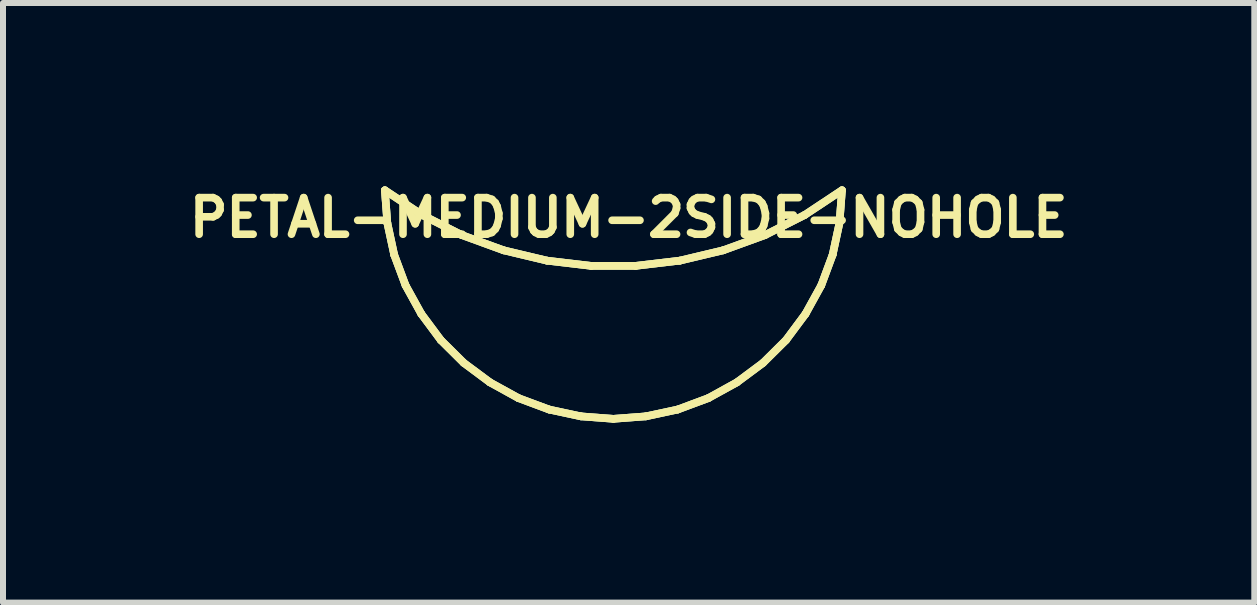
<source format=kicad_pcb>
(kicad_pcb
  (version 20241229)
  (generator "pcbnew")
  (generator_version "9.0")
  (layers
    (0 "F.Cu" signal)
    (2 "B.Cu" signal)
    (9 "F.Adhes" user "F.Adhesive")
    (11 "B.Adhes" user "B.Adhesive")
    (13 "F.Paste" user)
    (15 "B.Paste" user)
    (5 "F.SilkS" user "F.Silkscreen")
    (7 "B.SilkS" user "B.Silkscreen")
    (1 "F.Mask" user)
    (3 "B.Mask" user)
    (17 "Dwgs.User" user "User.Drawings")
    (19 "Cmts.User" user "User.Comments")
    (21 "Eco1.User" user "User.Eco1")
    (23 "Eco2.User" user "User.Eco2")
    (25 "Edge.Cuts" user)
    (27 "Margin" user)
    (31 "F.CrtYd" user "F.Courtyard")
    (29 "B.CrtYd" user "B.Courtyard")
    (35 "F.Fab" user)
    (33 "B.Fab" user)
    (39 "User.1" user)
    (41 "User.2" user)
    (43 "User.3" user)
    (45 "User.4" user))
  (footprint "PETAL-MEDIUM-2SIDE-NOHOLE"
    (layer "F.Cu")
    (at 7.176 2.662)
    (property "Reference" "PETAL-MEDIUM-2SIDE-NOHOLE" (at 0.254 -2.083 0) (layer "F.SilkS") (effects (font (size 0.61 0.61) (thickness 0.127))))
    (attr exclude_from_pos_files exclude_from_bom)
    (fp_line (start -3.81 -2.54) (end -3.769 -1.996) (stroke (width 0.127) (type solid)) (layer "B.Cu"))
    (fp_line (start -3.769 -1.996) (end -3.655 -1.466) (stroke (width 0.127) (type solid)) (layer "B.Cu"))
    (fp_line (start -3.655 -1.466) (end -3.465 -0.955) (stroke (width 0.127) (type solid)) (layer "B.Cu"))
    (fp_line (start -3.465 -0.955) (end -3.203 -0.48) (stroke (width 0.127) (type solid)) (layer "B.Cu"))
    (fp_line (start -3.203 -0.48) (end -2.878 -0.043) (stroke (width 0.127) (type solid)) (layer "B.Cu"))
    (fp_line (start -3.19 -2.129) (end -3.81 -2.54) (stroke (width 0.127) (type solid)) (layer "B.Cu"))
    (fp_line (start -2.878 -0.043) (end -2.494 0.338) (stroke (width 0.127) (type solid)) (layer "B.Cu"))
    (fp_line (start -2.527 -1.793) (end -3.19 -2.129) (stroke (width 0.127) (type solid)) (layer "B.Cu"))
    (fp_line (start -2.494 0.338) (end -2.057 0.663) (stroke (width 0.127) (type solid)) (layer "B.Cu"))
    (fp_line (start -2.057 0.663) (end -1.582 0.925) (stroke (width 0.127) (type solid)) (layer "B.Cu"))
    (fp_line (start -1.829 -1.539) (end -2.527 -1.793) (stroke (width 0.127) (type solid)) (layer "B.Cu"))
    (fp_line (start -1.582 0.925) (end -1.072 1.115) (stroke (width 0.127) (type solid)) (layer "B.Cu"))
    (fp_line (start -1.107 -1.367) (end -1.829 -1.539) (stroke (width 0.127) (type solid)) (layer "B.Cu"))
    (fp_line (start -1.072 1.115) (end -0.541 1.229) (stroke (width 0.127) (type solid)) (layer "B.Cu"))
    (fp_line (start -0.541 1.229) (end 0 1.27) (stroke (width 0.127) (type solid)) (layer "B.Cu"))
    (fp_line (start -0.371 -1.28) (end -1.107 -1.367) (stroke (width 0.127) (type solid)) (layer "B.Cu"))
    (fp_line (start 0 1.27) (end 0.541 1.229) (stroke (width 0.127) (type solid)) (layer "B.Cu"))
    (fp_line (start 0.371 -1.28) (end -0.371 -1.28) (stroke (width 0.127) (type solid)) (layer "B.Cu"))
    (fp_line (start 0.541 1.229) (end 1.072 1.115) (stroke (width 0.127) (type solid)) (layer "B.Cu"))
    (fp_line (start 1.072 1.115) (end 1.582 0.925) (stroke (width 0.127) (type solid)) (layer "B.Cu"))
    (fp_line (start 1.107 -1.367) (end 0.371 -1.28) (stroke (width 0.127) (type solid)) (layer "B.Cu"))
    (fp_line (start 1.582 0.925) (end 2.057 0.663) (stroke (width 0.127) (type solid)) (layer "B.Cu"))
    (fp_line (start 1.829 -1.539) (end 1.107 -1.367) (stroke (width 0.127) (type solid)) (layer "B.Cu"))
    (fp_line (start 2.057 0.663) (end 2.494 0.338) (stroke (width 0.127) (type solid)) (layer "B.Cu"))
    (fp_line (start 2.494 0.338) (end 2.878 -0.043) (stroke (width 0.127) (type solid)) (layer "B.Cu"))
    (fp_line (start 2.527 -1.793) (end 1.829 -1.539) (stroke (width 0.127) (type solid)) (layer "B.Cu"))
    (fp_line (start 2.878 -0.043) (end 3.203 -0.48) (stroke (width 0.127) (type solid)) (layer "B.Cu"))
    (fp_line (start 3.19 -2.129) (end 2.527 -1.793) (stroke (width 0.127) (type solid)) (layer "B.Cu"))
    (fp_line (start 3.203 -0.48) (end 3.465 -0.955) (stroke (width 0.127) (type solid)) (layer "B.Cu"))
    (fp_line (start 3.465 -0.955) (end 3.655 -1.466) (stroke (width 0.127) (type solid)) (layer "B.Cu"))
    (fp_line (start 3.655 -1.466) (end 3.769 -1.996) (stroke (width 0.127) (type solid)) (layer "B.Cu"))
    (fp_line (start 3.769 -1.996) (end 3.81 -2.54) (stroke (width 0.127) (type solid)) (layer "B.Cu"))
    (fp_line (start 3.81 -2.54) (end 3.19 -2.129) (stroke (width 0.127) (type solid)) (layer "B.Cu"))
    (fp_line (start -3.81 -2.54) (end -3.769 -1.996) (stroke (width 0.127) (type solid)) (layer "F.SilkS"))
    (fp_line (start -3.81 -2.54) (end -3.19 -2.129) (stroke (width 0.127) (type solid)) (layer "F.SilkS"))
    (fp_line (start -3.769 -1.996) (end -3.81 -2.54) (stroke (width 0.127) (type solid)) (layer "F.SilkS"))
    (fp_line (start -3.769 -1.996) (end -3.655 -1.466) (stroke (width 0.127) (type solid)) (layer "F.SilkS"))
    (fp_line (start -3.655 -1.466) (end -3.769 -1.996) (stroke (width 0.127) (type solid)) (layer "F.SilkS"))
    (fp_line (start -3.655 -1.466) (end -3.465 -0.955) (stroke (width 0.127) (type solid)) (layer "F.SilkS"))
    (fp_line (start -3.465 -0.955) (end -3.655 -1.466) (stroke (width 0.127) (type solid)) (layer "F.SilkS"))
    (fp_line (start -3.465 -0.955) (end -3.203 -0.48) (stroke (width 0.127) (type solid)) (layer "F.SilkS"))
    (fp_line (start -3.203 -0.48) (end -3.465 -0.955) (stroke (width 0.127) (type solid)) (layer "F.SilkS"))
    (fp_line (start -3.203 -0.48) (end -2.878 -0.043) (stroke (width 0.127) (type solid)) (layer "F.SilkS"))
    (fp_line (start -3.19 -2.129) (end -3.81 -2.54) (stroke (width 0.127) (type solid)) (layer "F.SilkS"))
    (fp_line (start -3.19 -2.129) (end -2.527 -1.793) (stroke (width 0.127) (type solid)) (layer "F.SilkS"))
    (fp_line (start -2.878 -0.043) (end -3.203 -0.48) (stroke (width 0.127) (type solid)) (layer "F.SilkS"))
    (fp_line (start -2.878 -0.043) (end -2.494 0.338) (stroke (width 0.127) (type solid)) (layer "F.SilkS"))
    (fp_line (start -2.527 -1.793) (end -3.19 -2.129) (stroke (width 0.127) (type solid)) (layer "F.SilkS"))
    (fp_line (start -2.527 -1.793) (end -1.829 -1.539) (stroke (width 0.127) (type solid)) (layer "F.SilkS"))
    (fp_line (start -2.494 0.338) (end -2.878 -0.043) (stroke (width 0.127) (type solid)) (layer "F.SilkS"))
    (fp_line (start -2.494 0.338) (end -2.057 0.663) (stroke (width 0.127) (type solid)) (layer "F.SilkS"))
    (fp_line (start -2.057 0.663) (end -2.494 0.338) (stroke (width 0.127) (type solid)) (layer "F.SilkS"))
    (fp_line (start -2.057 0.663) (end -1.582 0.925) (stroke (width 0.127) (type solid)) (layer "F.SilkS"))
    (fp_line (start -1.829 -1.539) (end -2.527 -1.793) (stroke (width 0.127) (type solid)) (layer "F.SilkS"))
    (fp_line (start -1.829 -1.539) (end -1.107 -1.367) (stroke (width 0.127) (type solid)) (layer "F.SilkS"))
    (fp_line (start -1.582 0.925) (end -2.057 0.663) (stroke (width 0.127) (type solid)) (layer "F.SilkS"))
    (fp_line (start -1.582 0.925) (end -1.072 1.115) (stroke (width 0.127) (type solid)) (layer "F.SilkS"))
    (fp_line (start -1.107 -1.367) (end -1.829 -1.539) (stroke (width 0.127) (type solid)) (layer "F.SilkS"))
    (fp_line (start -1.107 -1.367) (end -0.371 -1.28) (stroke (width 0.127) (type solid)) (layer "F.SilkS"))
    (fp_line (start -1.072 1.115) (end -1.582 0.925) (stroke (width 0.127) (type solid)) (layer "F.SilkS"))
    (fp_line (start -1.072 1.115) (end -0.541 1.229) (stroke (width 0.127) (type solid)) (layer "F.SilkS"))
    (fp_line (start -0.541 1.229) (end -1.072 1.115) (stroke (width 0.127) (type solid)) (layer "F.SilkS"))
    (fp_line (start -0.541 1.229) (end 0 1.27) (stroke (width 0.127) (type solid)) (layer "F.SilkS"))
    (fp_line (start -0.371 -1.28) (end -1.107 -1.367) (stroke (width 0.127) (type solid)) (layer "F.SilkS"))
    (fp_line (start -0.371 -1.28) (end 0.371 -1.28) (stroke (width 0.127) (type solid)) (layer "F.SilkS"))
    (fp_line (start 0 1.27) (end -0.541 1.229) (stroke (width 0.127) (type solid)) (layer "F.SilkS"))
    (fp_line (start 0 1.27) (end 0.541 1.229) (stroke (width 0.127) (type solid)) (layer "F.SilkS"))
    (fp_line (start 0.371 -1.28) (end -0.371 -1.28) (stroke (width 0.127) (type solid)) (layer "F.SilkS"))
    (fp_line (start 0.371 -1.28) (end 1.107 -1.367) (stroke (width 0.127) (type solid)) (layer "F.SilkS"))
    (fp_line (start 0.541 1.229) (end 0 1.27) (stroke (width 0.127) (type solid)) (layer "F.SilkS"))
    (fp_line (start 0.541 1.229) (end 1.072 1.115) (stroke (width 0.127) (type solid)) (layer "F.SilkS"))
    (fp_line (start 1.072 1.115) (end 0.541 1.229) (stroke (width 0.127) (type solid)) (layer "F.SilkS"))
    (fp_line (start 1.072 1.115) (end 1.582 0.925) (stroke (width 0.127) (type solid)) (layer "F.SilkS"))
    (fp_line (start 1.107 -1.367) (end 0.371 -1.28) (stroke (width 0.127) (type solid)) (layer "F.SilkS"))
    (fp_line (start 1.107 -1.367) (end 1.829 -1.539) (stroke (width 0.127) (type solid)) (layer "F.SilkS"))
    (fp_line (start 1.582 0.925) (end 1.072 1.115) (stroke (width 0.127) (type solid)) (layer "F.SilkS"))
    (fp_line (start 1.582 0.925) (end 2.057 0.663) (stroke (width 0.127) (type solid)) (layer "F.SilkS"))
    (fp_line (start 1.829 -1.539) (end 1.107 -1.367) (stroke (width 0.127) (type solid)) (layer "F.SilkS"))
    (fp_line (start 1.829 -1.539) (end 2.527 -1.793) (stroke (width 0.127) (type solid)) (layer "F.SilkS"))
    (fp_line (start 2.057 0.663) (end 1.582 0.925) (stroke (width 0.127) (type solid)) (layer "F.SilkS"))
    (fp_line (start 2.057 0.663) (end 2.494 0.338) (stroke (width 0.127) (type solid)) (layer "F.SilkS"))
    (fp_line (start 2.494 0.338) (end 2.057 0.663) (stroke (width 0.127) (type solid)) (layer "F.SilkS"))
    (fp_line (start 2.494 0.338) (end 2.878 -0.043) (stroke (width 0.127) (type solid)) (layer "F.SilkS"))
    (fp_line (start 2.527 -1.793) (end 1.829 -1.539) (stroke (width 0.127) (type solid)) (layer "F.SilkS"))
    (fp_line (start 2.527 -1.793) (end 3.19 -2.129) (stroke (width 0.127) (type solid)) (layer "F.SilkS"))
    (fp_line (start 2.878 -0.043) (end 2.494 0.338) (stroke (width 0.127) (type solid)) (layer "F.SilkS"))
    (fp_line (start 2.878 -0.043) (end 3.203 -0.48) (stroke (width 0.127) (type solid)) (layer "F.SilkS"))
    (fp_line (start 3.19 -2.129) (end 2.527 -1.793) (stroke (width 0.127) (type solid)) (layer "F.SilkS"))
    (fp_line (start 3.19 -2.129) (end 3.81 -2.54) (stroke (width 0.127) (type solid)) (layer "F.SilkS"))
    (fp_line (start 3.203 -0.48) (end 2.878 -0.043) (stroke (width 0.127) (type solid)) (layer "F.SilkS"))
    (fp_line (start 3.203 -0.48) (end 3.465 -0.955) (stroke (width 0.127) (type solid)) (layer "F.SilkS"))
    (fp_line (start 3.465 -0.955) (end 3.203 -0.48) (stroke (width 0.127) (type solid)) (layer "F.SilkS"))
    (fp_line (start 3.465 -0.955) (end 3.655 -1.466) (stroke (width 0.127) (type solid)) (layer "F.SilkS"))
    (fp_line (start 3.655 -1.466) (end 3.465 -0.955) (stroke (width 0.127) (type solid)) (layer "F.SilkS"))
    (fp_line (start 3.655 -1.466) (end 3.769 -1.996) (stroke (width 0.127) (type solid)) (layer "F.SilkS"))
    (fp_line (start 3.769 -1.996) (end 3.655 -1.466) (stroke (width 0.127) (type solid)) (layer "F.SilkS"))
    (fp_line (start 3.769 -1.996) (end 3.81 -2.54) (stroke (width 0.127) (type solid)) (layer "F.SilkS"))
    (fp_line (start 3.81 -2.54) (end 3.19 -2.129) (stroke (width 0.127) (type solid)) (layer "F.SilkS"))
    (fp_line (start 3.81 -2.54) (end 3.769 -1.996) (stroke (width 0.127) (type solid)) (layer "F.SilkS"))
    (fp_line (start -3.81 -2.54) (end -3.19 -2.129) (stroke (width 0.127) (type solid)) (layer "B.Adhes"))
    (fp_line (start -3.769 -1.996) (end -3.81 -2.54) (stroke (width 0.127) (type solid)) (layer "B.Adhes"))
    (fp_line (start -3.655 -1.466) (end -3.769 -1.996) (stroke (width 0.127) (type solid)) (layer "B.Adhes"))
    (fp_line (start -3.465 -0.955) (end -3.655 -1.466) (stroke (width 0.127) (type solid)) (layer "B.Adhes"))
    (fp_line (start -3.203 -0.48) (end -3.465 -0.955) (stroke (width 0.127) (type solid)) (layer "B.Adhes"))
    (fp_line (start -3.19 -2.129) (end -2.527 -1.793) (stroke (width 0.127) (type solid)) (layer "B.Adhes"))
    (fp_line (start -2.878 -0.043) (end -3.203 -0.48) (stroke (width 0.127) (type solid)) (layer "B.Adhes"))
    (fp_line (start -2.527 -1.793) (end -1.829 -1.539) (stroke (width 0.127) (type solid)) (layer "B.Adhes"))
    (fp_line (start -2.494 0.338) (end -2.878 -0.043) (stroke (width 0.127) (type solid)) (layer "B.Adhes"))
    (fp_line (start -2.057 0.663) (end -2.494 0.338) (stroke (width 0.127) (type solid)) (layer "B.Adhes"))
    (fp_line (start -1.829 -1.539) (end -1.107 -1.367) (stroke (width 0.127) (type solid)) (layer "B.Adhes"))
    (fp_line (start -1.582 0.925) (end -2.057 0.663) (stroke (width 0.127) (type solid)) (layer "B.Adhes"))
    (fp_line (start -1.107 -1.367) (end -0.371 -1.28) (stroke (width 0.127) (type solid)) (layer "B.Adhes"))
    (fp_line (start -1.072 1.115) (end -1.582 0.925) (stroke (width 0.127) (type solid)) (layer "B.Adhes"))
    (fp_line (start -0.541 1.229) (end -1.072 1.115) (stroke (width 0.127) (type solid)) (layer "B.Adhes"))
    (fp_line (start -0.371 -1.28) (end 0.371 -1.28) (stroke (width 0.127) (type solid)) (layer "B.Adhes"))
    (fp_line (start 0 1.27) (end -0.541 1.229) (stroke (width 0.127) (type solid)) (layer "B.Adhes"))
    (fp_line (start 0.371 -1.28) (end 1.107 -1.367) (stroke (width 0.127) (type solid)) (layer "B.Adhes"))
    (fp_line (start 0.541 1.229) (end 0 1.27) (stroke (width 0.127) (type solid)) (layer "B.Adhes"))
    (fp_line (start 1.072 1.115) (end 0.541 1.229) (stroke (width 0.127) (type solid)) (layer "B.Adhes"))
    (fp_line (start 1.107 -1.367) (end 1.829 -1.539) (stroke (width 0.127) (type solid)) (layer "B.Adhes"))
    (fp_line (start 1.582 0.925) (end 1.072 1.115) (stroke (width 0.127) (type solid)) (layer "B.Adhes"))
    (fp_line (start 1.829 -1.539) (end 2.527 -1.793) (stroke (width 0.127) (type solid)) (layer "B.Adhes"))
    (fp_line (start 2.057 0.663) (end 1.582 0.925) (stroke (width 0.127) (type solid)) (layer "B.Adhes"))
    (fp_line (start 2.494 0.338) (end 2.057 0.663) (stroke (width 0.127) (type solid)) (layer "B.Adhes"))
    (fp_line (start 2.527 -1.793) (end 3.19 -2.129) (stroke (width 0.127) (type solid)) (layer "B.Adhes"))
    (fp_line (start 2.878 -0.043) (end 2.494 0.338) (stroke (width 0.127) (type solid)) (layer "B.Adhes"))
    (fp_line (start 3.19 -2.129) (end 3.81 -2.54) (stroke (width 0.127) (type solid)) (layer "B.Adhes"))
    (fp_line (start 3.203 -0.48) (end 2.878 -0.043) (stroke (width 0.127) (type solid)) (layer "B.Adhes"))
    (fp_line (start 3.465 -0.955) (end 3.203 -0.48) (stroke (width 0.127) (type solid)) (layer "B.Adhes"))
    (fp_line (start 3.655 -1.466) (end 3.465 -0.955) (stroke (width 0.127) (type solid)) (layer "B.Adhes"))
    (fp_line (start 3.769 -1.996) (end 3.655 -1.466) (stroke (width 0.127) (type solid)) (layer "B.Adhes"))
    (fp_line (start 3.81 -2.54) (end 3.769 -1.996) (stroke (width 0.127) (type solid)) (layer "B.Adhes")))
  (gr_rect
    (start -3 -3)
    (end 17.86 6.996)
    (stroke (width 0.1) (type default))
    (fill no)
    (layer "Edge.Cuts")))
</source>
